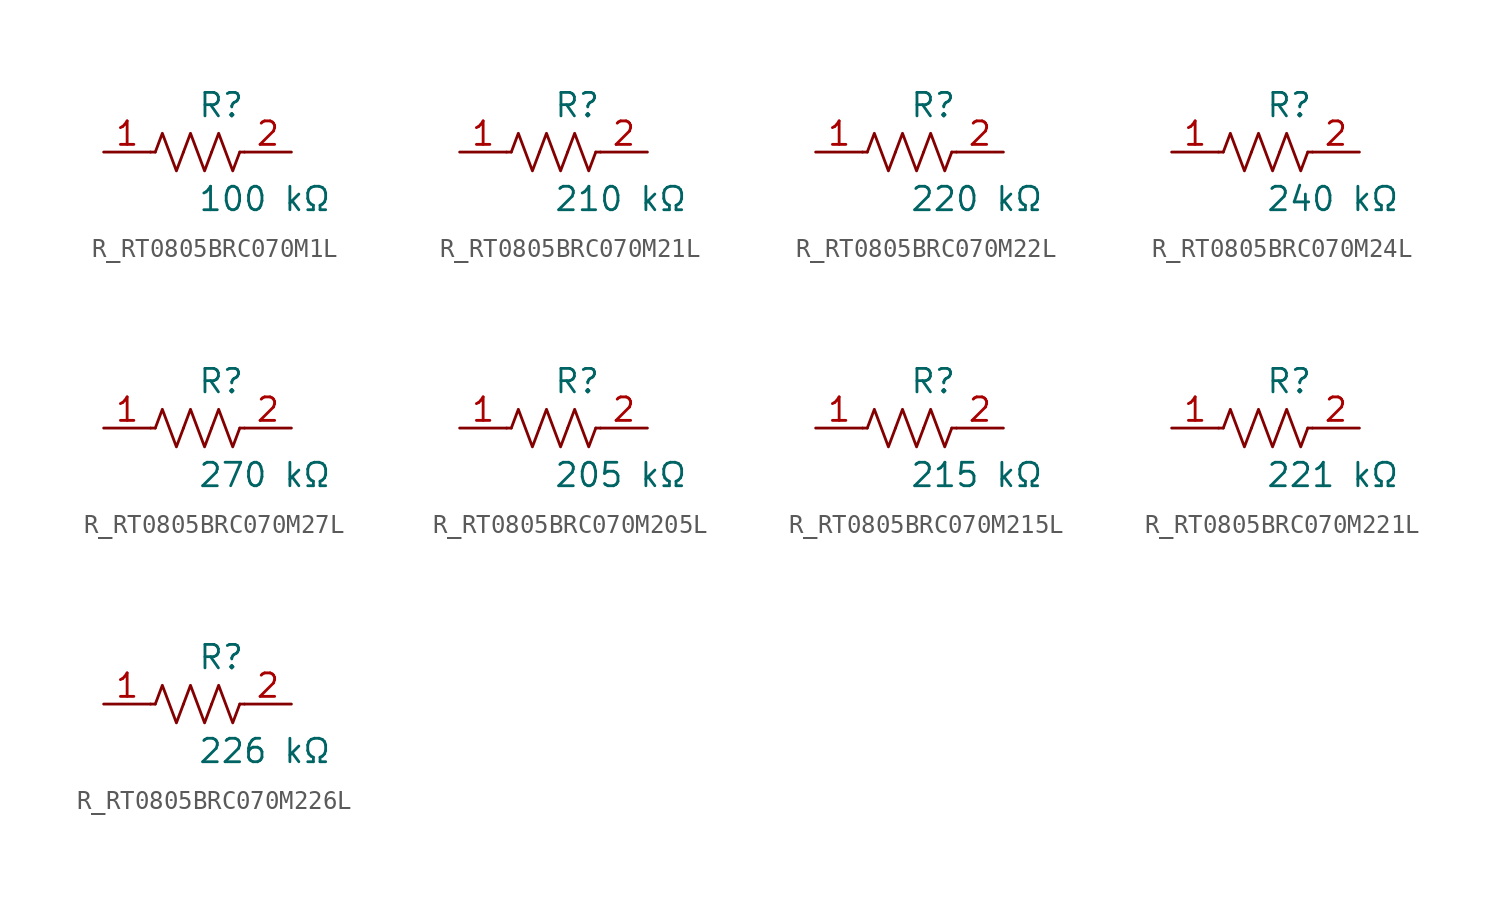
<source format=kicad_sym>
(kicad_symbol_lib
  (version 20231120)
  (generator kicad_symbol_editor)
  (generator_version 8.0)
  (symbol "R_RT0805BRC070M1L"
    (pin_names
      (offset 0.254))
    (property "Reference" "R"
      (at 0.0 2.54 0)
      (effects (font (size 1.27 1.27)) (justify left)))
    (property "Value" "100 kΩ"
      (at 0.0 -2.54 0)
      (effects (font (size 1.27 1.27)) (justify left)))
    (symbol "R_RT0805BRC070M1L_0_1"
      (polyline (pts (xy 2.286 0) (xy 2.54 0)) (stroke (width 0) (type default)) (fill (type none)))
      (polyline (pts (xy -2.286 0) (xy -2.54 0)) (stroke (width 0) (type default)) (fill (type none)))
      (polyline (pts (xy 0.762 0) (xy 1.143 1.016) (xy 1.524 0) (xy 1.905 -1.016) (xy 2.286 0)) (stroke (width 0) (type default)) (fill (type none)))
      (polyline (pts (xy -0.762 0) (xy -0.381 1.016) (xy 0 0) (xy 0.381 -1.016) (xy 0.762 0)) (stroke (width 0) (type default)) (fill (type none)))
      (polyline (pts (xy -2.286 0) (xy -1.905 1.016) (xy -1.524 0) (xy -1.143 -1.016) (xy -0.762 0)) (stroke (width 0) (type default)) (fill (type none))))
    (pin unspecified line
      (at -5.08 0 0)
      (length 2.54)
      (name "" (effects (font (size 1.27 1.27))))
      (number "1" (effects (font (size 1.27 1.27)))))
    (pin unspecified line
      (at 5.08 0 180)
      (length 2.54)
      (name "" (effects (font (size 1.27 1.27))))
      (number "2" (effects (font (size 1.27 1.27))))))
  (symbol "R_RT0805BRC070M21L"
    (pin_names
      (offset 0.254))
    (property "Reference" "R"
      (at 0.0 2.54 0)
      (effects (font (size 1.27 1.27)) (justify left)))
    (property "Value" "210 kΩ"
      (at 0.0 -2.54 0)
      (effects (font (size 1.27 1.27)) (justify left)))
    (symbol "R_RT0805BRC070M21L_0_1"
      (polyline (pts (xy 2.286 0) (xy 2.54 0)) (stroke (width 0) (type default)) (fill (type none)))
      (polyline (pts (xy -2.286 0) (xy -2.54 0)) (stroke (width 0) (type default)) (fill (type none)))
      (polyline (pts (xy 0.762 0) (xy 1.143 1.016) (xy 1.524 0) (xy 1.905 -1.016) (xy 2.286 0)) (stroke (width 0) (type default)) (fill (type none)))
      (polyline (pts (xy -0.762 0) (xy -0.381 1.016) (xy 0 0) (xy 0.381 -1.016) (xy 0.762 0)) (stroke (width 0) (type default)) (fill (type none)))
      (polyline (pts (xy -2.286 0) (xy -1.905 1.016) (xy -1.524 0) (xy -1.143 -1.016) (xy -0.762 0)) (stroke (width 0) (type default)) (fill (type none))))
    (pin unspecified line
      (at -5.08 0 0)
      (length 2.54)
      (name "" (effects (font (size 1.27 1.27))))
      (number "1" (effects (font (size 1.27 1.27)))))
    (pin unspecified line
      (at 5.08 0 180)
      (length 2.54)
      (name "" (effects (font (size 1.27 1.27))))
      (number "2" (effects (font (size 1.27 1.27))))))
  (symbol "R_RT0805BRC070M22L"
    (pin_names
      (offset 0.254))
    (property "Reference" "R"
      (at 0.0 2.54 0)
      (effects (font (size 1.27 1.27)) (justify left)))
    (property "Value" "220 kΩ"
      (at 0.0 -2.54 0)
      (effects (font (size 1.27 1.27)) (justify left)))
    (symbol "R_RT0805BRC070M22L_0_1"
      (polyline (pts (xy 2.286 0) (xy 2.54 0)) (stroke (width 0) (type default)) (fill (type none)))
      (polyline (pts (xy -2.286 0) (xy -2.54 0)) (stroke (width 0) (type default)) (fill (type none)))
      (polyline (pts (xy 0.762 0) (xy 1.143 1.016) (xy 1.524 0) (xy 1.905 -1.016) (xy 2.286 0)) (stroke (width 0) (type default)) (fill (type none)))
      (polyline (pts (xy -0.762 0) (xy -0.381 1.016) (xy 0 0) (xy 0.381 -1.016) (xy 0.762 0)) (stroke (width 0) (type default)) (fill (type none)))
      (polyline (pts (xy -2.286 0) (xy -1.905 1.016) (xy -1.524 0) (xy -1.143 -1.016) (xy -0.762 0)) (stroke (width 0) (type default)) (fill (type none))))
    (pin unspecified line
      (at -5.08 0 0)
      (length 2.54)
      (name "" (effects (font (size 1.27 1.27))))
      (number "1" (effects (font (size 1.27 1.27)))))
    (pin unspecified line
      (at 5.08 0 180)
      (length 2.54)
      (name "" (effects (font (size 1.27 1.27))))
      (number "2" (effects (font (size 1.27 1.27))))))
  (symbol "R_RT0805BRC070M24L"
    (pin_names
      (offset 0.254))
    (property "Reference" "R"
      (at 0.0 2.54 0)
      (effects (font (size 1.27 1.27)) (justify left)))
    (property "Value" "240 kΩ"
      (at 0.0 -2.54 0)
      (effects (font (size 1.27 1.27)) (justify left)))
    (symbol "R_RT0805BRC070M24L_0_1"
      (polyline (pts (xy 2.286 0) (xy 2.54 0)) (stroke (width 0) (type default)) (fill (type none)))
      (polyline (pts (xy -2.286 0) (xy -2.54 0)) (stroke (width 0) (type default)) (fill (type none)))
      (polyline (pts (xy 0.762 0) (xy 1.143 1.016) (xy 1.524 0) (xy 1.905 -1.016) (xy 2.286 0)) (stroke (width 0) (type default)) (fill (type none)))
      (polyline (pts (xy -0.762 0) (xy -0.381 1.016) (xy 0 0) (xy 0.381 -1.016) (xy 0.762 0)) (stroke (width 0) (type default)) (fill (type none)))
      (polyline (pts (xy -2.286 0) (xy -1.905 1.016) (xy -1.524 0) (xy -1.143 -1.016) (xy -0.762 0)) (stroke (width 0) (type default)) (fill (type none))))
    (pin unspecified line
      (at -5.08 0 0)
      (length 2.54)
      (name "" (effects (font (size 1.27 1.27))))
      (number "1" (effects (font (size 1.27 1.27)))))
    (pin unspecified line
      (at 5.08 0 180)
      (length 2.54)
      (name "" (effects (font (size 1.27 1.27))))
      (number "2" (effects (font (size 1.27 1.27))))))
  (symbol "R_RT0805BRC070M27L"
    (pin_names
      (offset 0.254))
    (property "Reference" "R"
      (at 0.0 2.54 0)
      (effects (font (size 1.27 1.27)) (justify left)))
    (property "Value" "270 kΩ"
      (at 0.0 -2.54 0)
      (effects (font (size 1.27 1.27)) (justify left)))
    (symbol "R_RT0805BRC070M27L_0_1"
      (polyline (pts (xy 2.286 0) (xy 2.54 0)) (stroke (width 0) (type default)) (fill (type none)))
      (polyline (pts (xy -2.286 0) (xy -2.54 0)) (stroke (width 0) (type default)) (fill (type none)))
      (polyline (pts (xy 0.762 0) (xy 1.143 1.016) (xy 1.524 0) (xy 1.905 -1.016) (xy 2.286 0)) (stroke (width 0) (type default)) (fill (type none)))
      (polyline (pts (xy -0.762 0) (xy -0.381 1.016) (xy 0 0) (xy 0.381 -1.016) (xy 0.762 0)) (stroke (width 0) (type default)) (fill (type none)))
      (polyline (pts (xy -2.286 0) (xy -1.905 1.016) (xy -1.524 0) (xy -1.143 -1.016) (xy -0.762 0)) (stroke (width 0) (type default)) (fill (type none))))
    (pin unspecified line
      (at -5.08 0 0)
      (length 2.54)
      (name "" (effects (font (size 1.27 1.27))))
      (number "1" (effects (font (size 1.27 1.27)))))
    (pin unspecified line
      (at 5.08 0 180)
      (length 2.54)
      (name "" (effects (font (size 1.27 1.27))))
      (number "2" (effects (font (size 1.27 1.27))))))
  (symbol "R_RT0805BRC070M205L"
    (pin_names
      (offset 0.254))
    (property "Reference" "R"
      (at 0.0 2.54 0)
      (effects (font (size 1.27 1.27)) (justify left)))
    (property "Value" "205 kΩ"
      (at 0.0 -2.54 0)
      (effects (font (size 1.27 1.27)) (justify left)))
    (symbol "R_RT0805BRC070M205L_0_1"
      (polyline (pts (xy 2.286 0) (xy 2.54 0)) (stroke (width 0) (type default)) (fill (type none)))
      (polyline (pts (xy -2.286 0) (xy -2.54 0)) (stroke (width 0) (type default)) (fill (type none)))
      (polyline (pts (xy 0.762 0) (xy 1.143 1.016) (xy 1.524 0) (xy 1.905 -1.016) (xy 2.286 0)) (stroke (width 0) (type default)) (fill (type none)))
      (polyline (pts (xy -0.762 0) (xy -0.381 1.016) (xy 0 0) (xy 0.381 -1.016) (xy 0.762 0)) (stroke (width 0) (type default)) (fill (type none)))
      (polyline (pts (xy -2.286 0) (xy -1.905 1.016) (xy -1.524 0) (xy -1.143 -1.016) (xy -0.762 0)) (stroke (width 0) (type default)) (fill (type none))))
    (pin unspecified line
      (at -5.08 0 0)
      (length 2.54)
      (name "" (effects (font (size 1.27 1.27))))
      (number "1" (effects (font (size 1.27 1.27)))))
    (pin unspecified line
      (at 5.08 0 180)
      (length 2.54)
      (name "" (effects (font (size 1.27 1.27))))
      (number "2" (effects (font (size 1.27 1.27))))))
  (symbol "R_RT0805BRC070M215L"
    (pin_names
      (offset 0.254))
    (property "Reference" "R"
      (at 0.0 2.54 0)
      (effects (font (size 1.27 1.27)) (justify left)))
    (property "Value" "215 kΩ"
      (at 0.0 -2.54 0)
      (effects (font (size 1.27 1.27)) (justify left)))
    (symbol "R_RT0805BRC070M215L_0_1"
      (polyline (pts (xy 2.286 0) (xy 2.54 0)) (stroke (width 0) (type default)) (fill (type none)))
      (polyline (pts (xy -2.286 0) (xy -2.54 0)) (stroke (width 0) (type default)) (fill (type none)))
      (polyline (pts (xy 0.762 0) (xy 1.143 1.016) (xy 1.524 0) (xy 1.905 -1.016) (xy 2.286 0)) (stroke (width 0) (type default)) (fill (type none)))
      (polyline (pts (xy -0.762 0) (xy -0.381 1.016) (xy 0 0) (xy 0.381 -1.016) (xy 0.762 0)) (stroke (width 0) (type default)) (fill (type none)))
      (polyline (pts (xy -2.286 0) (xy -1.905 1.016) (xy -1.524 0) (xy -1.143 -1.016) (xy -0.762 0)) (stroke (width 0) (type default)) (fill (type none))))
    (pin unspecified line
      (at -5.08 0 0)
      (length 2.54)
      (name "" (effects (font (size 1.27 1.27))))
      (number "1" (effects (font (size 1.27 1.27)))))
    (pin unspecified line
      (at 5.08 0 180)
      (length 2.54)
      (name "" (effects (font (size 1.27 1.27))))
      (number "2" (effects (font (size 1.27 1.27))))))
  (symbol "R_RT0805BRC070M221L"
    (pin_names
      (offset 0.254))
    (property "Reference" "R"
      (at 0.0 2.54 0)
      (effects (font (size 1.27 1.27)) (justify left)))
    (property "Value" "221 kΩ"
      (at 0.0 -2.54 0)
      (effects (font (size 1.27 1.27)) (justify left)))
    (symbol "R_RT0805BRC070M221L_0_1"
      (polyline (pts (xy 2.286 0) (xy 2.54 0)) (stroke (width 0) (type default)) (fill (type none)))
      (polyline (pts (xy -2.286 0) (xy -2.54 0)) (stroke (width 0) (type default)) (fill (type none)))
      (polyline (pts (xy 0.762 0) (xy 1.143 1.016) (xy 1.524 0) (xy 1.905 -1.016) (xy 2.286 0)) (stroke (width 0) (type default)) (fill (type none)))
      (polyline (pts (xy -0.762 0) (xy -0.381 1.016) (xy 0 0) (xy 0.381 -1.016) (xy 0.762 0)) (stroke (width 0) (type default)) (fill (type none)))
      (polyline (pts (xy -2.286 0) (xy -1.905 1.016) (xy -1.524 0) (xy -1.143 -1.016) (xy -0.762 0)) (stroke (width 0) (type default)) (fill (type none))))
    (pin unspecified line
      (at -5.08 0 0)
      (length 2.54)
      (name "" (effects (font (size 1.27 1.27))))
      (number "1" (effects (font (size 1.27 1.27)))))
    (pin unspecified line
      (at 5.08 0 180)
      (length 2.54)
      (name "" (effects (font (size 1.27 1.27))))
      (number "2" (effects (font (size 1.27 1.27))))))
  (symbol "R_RT0805BRC070M226L"
    (pin_names
      (offset 0.254))
    (property "Reference" "R"
      (at 0.0 2.54 0)
      (effects (font (size 1.27 1.27)) (justify left)))
    (property "Value" "226 kΩ"
      (at 0.0 -2.54 0)
      (effects (font (size 1.27 1.27)) (justify left)))
    (symbol "R_RT0805BRC070M226L_0_1"
      (polyline (pts (xy 2.286 0) (xy 2.54 0)) (stroke (width 0) (type default)) (fill (type none)))
      (polyline (pts (xy -2.286 0) (xy -2.54 0)) (stroke (width 0) (type default)) (fill (type none)))
      (polyline (pts (xy 0.762 0) (xy 1.143 1.016) (xy 1.524 0) (xy 1.905 -1.016) (xy 2.286 0)) (stroke (width 0) (type default)) (fill (type none)))
      (polyline (pts (xy -0.762 0) (xy -0.381 1.016) (xy 0 0) (xy 0.381 -1.016) (xy 0.762 0)) (stroke (width 0) (type default)) (fill (type none)))
      (polyline (pts (xy -2.286 0) (xy -1.905 1.016) (xy -1.524 0) (xy -1.143 -1.016) (xy -0.762 0)) (stroke (width 0) (type default)) (fill (type none))))
    (pin unspecified line
      (at -5.08 0 0)
      (length 2.54)
      (name "" (effects (font (size 1.27 1.27))))
      (number "1" (effects (font (size 1.27 1.27)))))
    (pin unspecified line
      (at 5.08 0 180)
      (length 2.54)
      (name "" (effects (font (size 1.27 1.27))))
      (number "2" (effects (font (size 1.27 1.27)))))))
</source>
